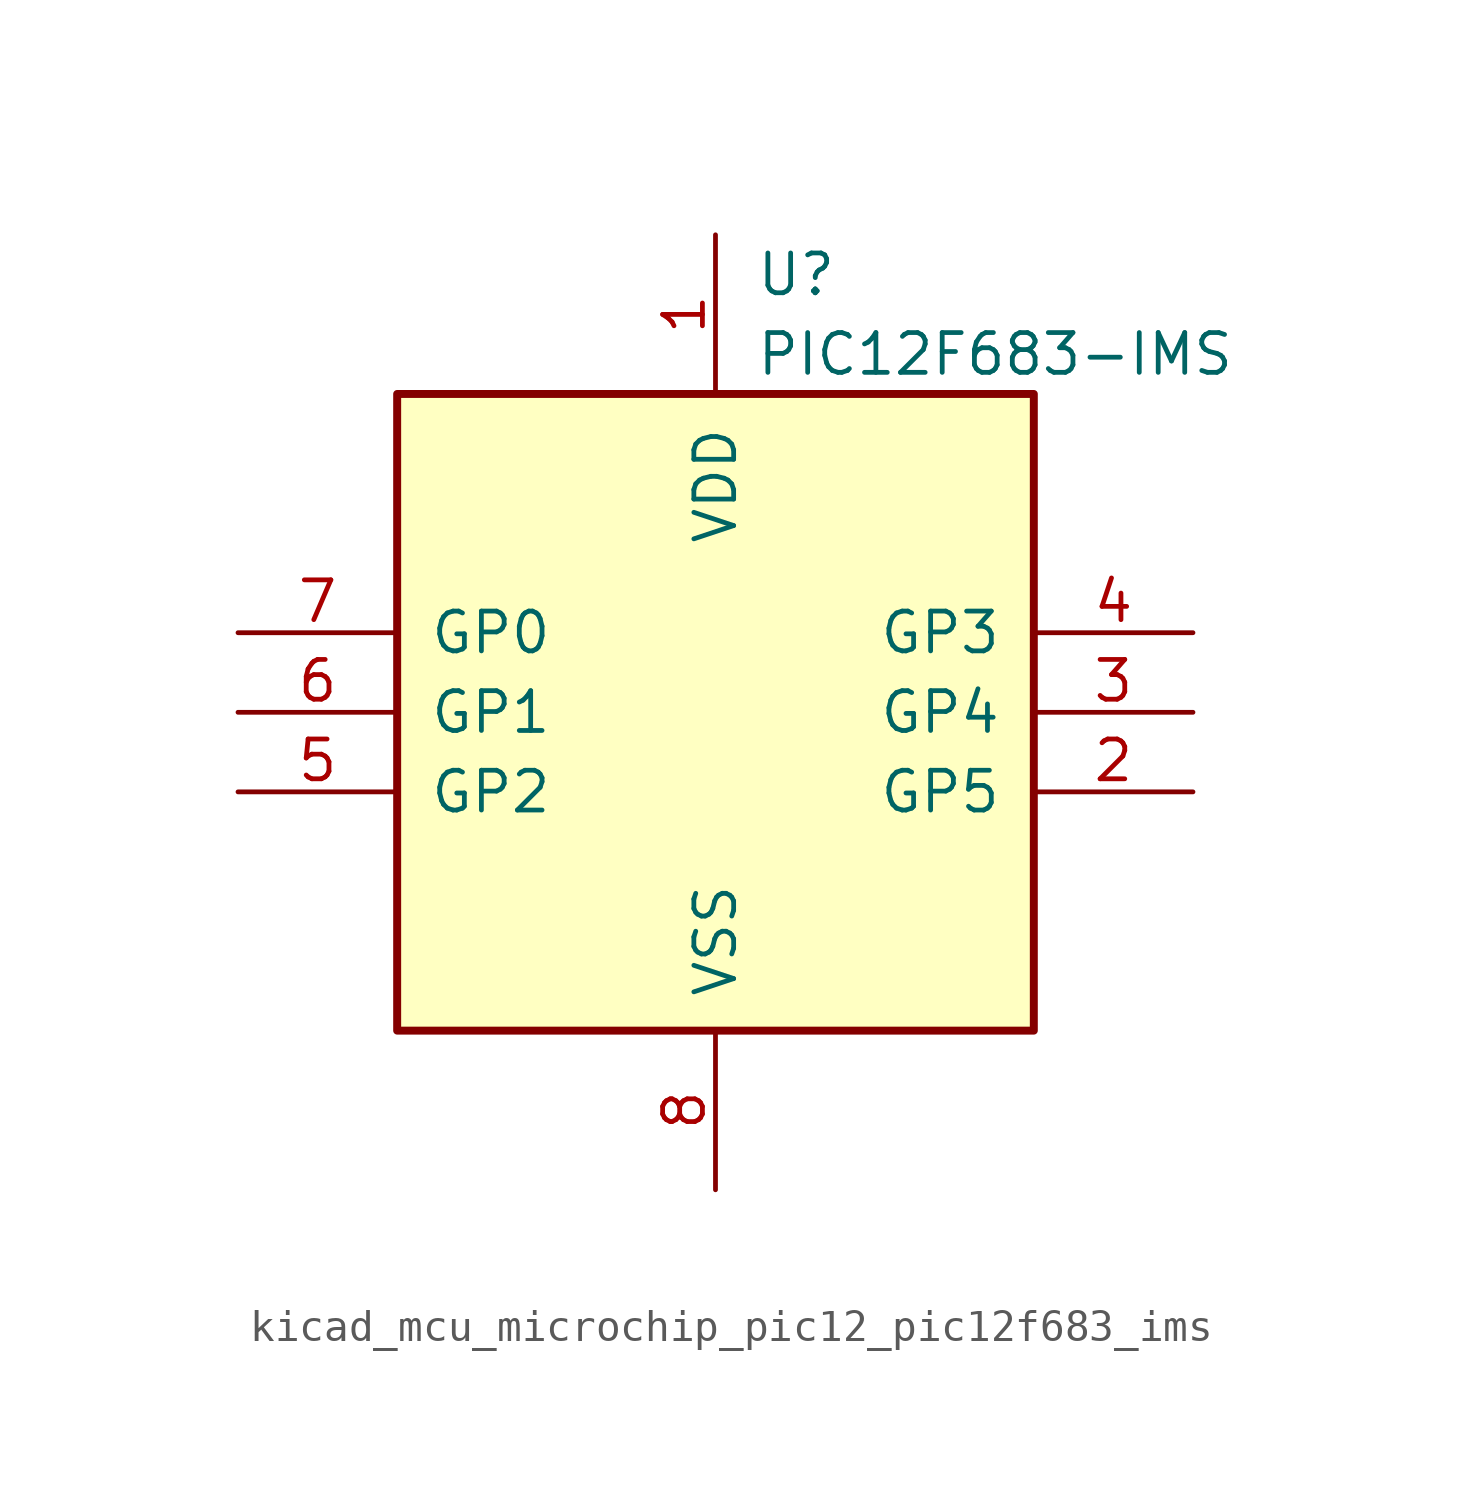
<source format=kicad_sym>
(kicad_symbol_lib
  (version 20220914)
  (generator kicad_symbol_editor)
  (symbol "kicad_mcu_microchip_pic12_pic12f683_ims"
    (pin_names
      (offset 1.016))
    (property "Reference" "U"
      (at 1.27 13.97 0)
      (effects (font (size 1.27 1.27)) (justify left)))
    (property "Value" "PIC12F683-IMS"
      (at 1.27 11.43 0)
      (effects (font (size 1.27 1.27)) (justify left)))
    (symbol "kicad_mcu_microchip_pic12_pic12f683_ims_0_1"
      (rectangle (start 10.16 -10.16) (end -10.16 10.16) (stroke (width 0.254) (type default)) (fill (type background))))
    (symbol "kicad_mcu_microchip_pic12_pic12f683_ims_1_1"
      (pin power_in line (at 0 15.24 270) (length 5.08) (name "VDD" (effects (font (size 1.27 1.27)))) (number "1" (effects (font (size 1.27 1.27)))))
      (pin bidirectional line (at 15.24 -2.54 180) (length 5.08) (name "GP5" (effects (font (size 1.27 1.27)))) (number "2" (effects (font (size 1.27 1.27)))))
      (pin bidirectional line (at 15.24 0 180) (length 5.08) (name "GP4" (effects (font (size 1.27 1.27)))) (number "3" (effects (font (size 1.27 1.27)))))
      (pin input line (at 15.24 2.54 180) (length 5.08) (name "GP3" (effects (font (size 1.27 1.27)))) (number "4" (effects (font (size 1.27 1.27)))))
      (pin bidirectional line (at -15.24 -2.54 0) (length 5.08) (name "GP2" (effects (font (size 1.27 1.27)))) (number "5" (effects (font (size 1.27 1.27)))))
      (pin bidirectional line (at -15.24 0 0) (length 5.08) (name "GP1" (effects (font (size 1.27 1.27)))) (number "6" (effects (font (size 1.27 1.27)))))
      (pin bidirectional line (at -15.24 2.54 0) (length 5.08) (name "GP0" (effects (font (size 1.27 1.27)))) (number "7" (effects (font (size 1.27 1.27)))))
      (pin power_in line (at 0 -15.24 90) (length 5.08) (name "VSS" (effects (font (size 1.27 1.27)))) (number "8" (effects (font (size 1.27 1.27))))))))
</source>
